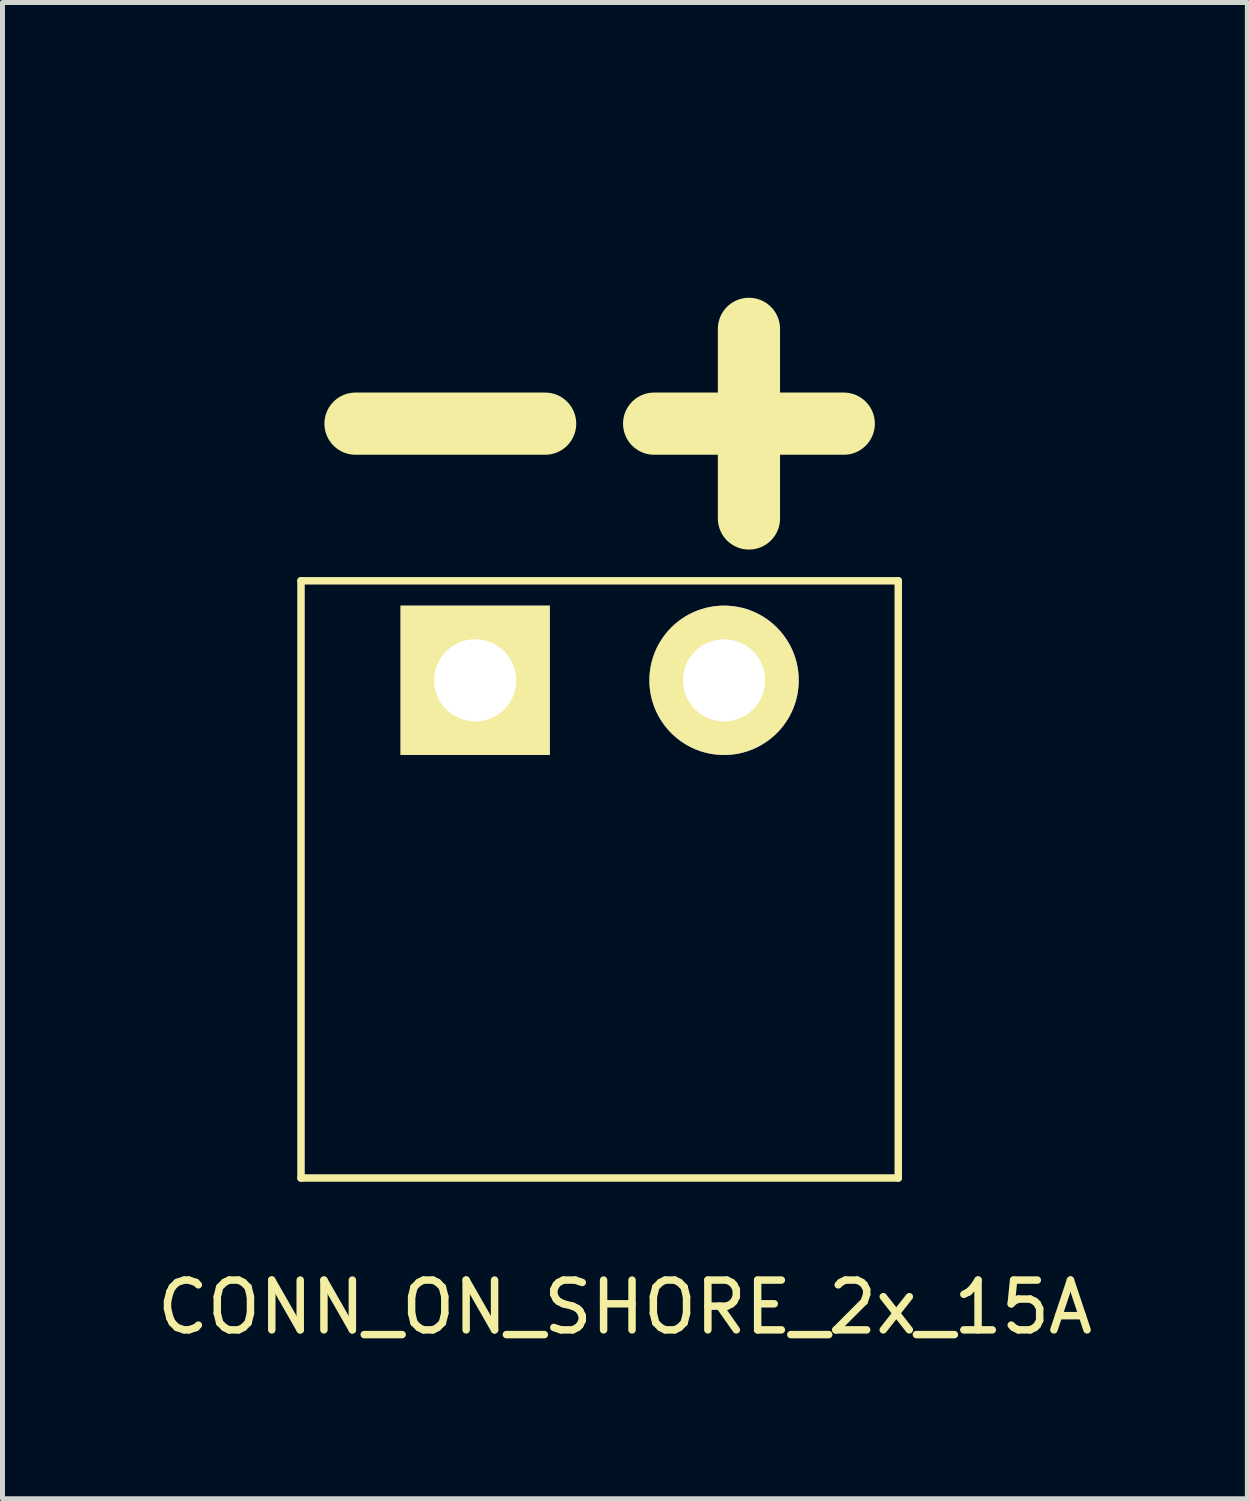
<source format=kicad_pcb>
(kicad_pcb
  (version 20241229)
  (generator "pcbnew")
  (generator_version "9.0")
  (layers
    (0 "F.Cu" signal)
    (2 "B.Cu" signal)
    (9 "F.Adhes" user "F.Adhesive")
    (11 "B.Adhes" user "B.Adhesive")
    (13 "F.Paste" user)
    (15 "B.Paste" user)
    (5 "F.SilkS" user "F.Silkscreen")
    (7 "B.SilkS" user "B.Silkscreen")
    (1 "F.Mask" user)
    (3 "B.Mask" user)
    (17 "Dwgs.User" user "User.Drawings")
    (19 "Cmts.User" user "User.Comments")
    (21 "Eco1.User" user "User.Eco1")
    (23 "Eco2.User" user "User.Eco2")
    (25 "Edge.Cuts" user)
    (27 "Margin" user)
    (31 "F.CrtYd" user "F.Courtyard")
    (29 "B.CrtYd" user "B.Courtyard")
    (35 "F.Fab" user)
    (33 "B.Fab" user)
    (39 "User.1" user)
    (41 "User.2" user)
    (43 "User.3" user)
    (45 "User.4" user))
  (footprint "CONN_ON_SHORE_2x_15A"
    (layer "F.Cu")
    (at 8.998 10.619)
    (property "Reference" "CONN_ON_SHORE_2x_15A" (at 0.508 12.596 0) (layer "F.SilkS") (effects (font (size 1 1) (thickness 0.15))))
    (attr through_hole)
    (fp_line (start -6 -2) (end -6 10) (stroke (width 0.15) (type solid)) (layer "F.SilkS"))
    (fp_line (start -6 -2) (end 6 -2) (stroke (width 0.15) (type solid)) (layer "F.SilkS"))
    (fp_line (start 6 -2) (end 6 10) (stroke (width 0.15) (type solid)) (layer "F.SilkS"))
    (fp_line (start 6 10) (end -6 10) (stroke (width 0.15) (type solid)) (layer "F.SilkS"))
    (fp_text user "+" (at 3 -5.5 0) (layer "F.SilkS") (effects (font (size 5 5) (thickness 1.25))))
    (fp_text user "-" (at -3 -5.5 0) (layer "F.SilkS") (effects (font (size 5 5) (thickness 1.25))))
    (pad "1" thru_hole rect (at -2.5 0) (size 3 3) (drill 1.65) (layers "*.Cu" "*.Mask" "F.SilkS"))
    (pad "2" thru_hole circle (at 2.5 0) (size 3 3) (drill 1.65) (layers "*.Cu" "*.Mask" "F.SilkS")))
  (gr_rect
    (start -3 -3)
    (end 22.012 27.063)
    (stroke (width 0.1) (type default))
    (fill no)
    (layer "Edge.Cuts")))
</source>
